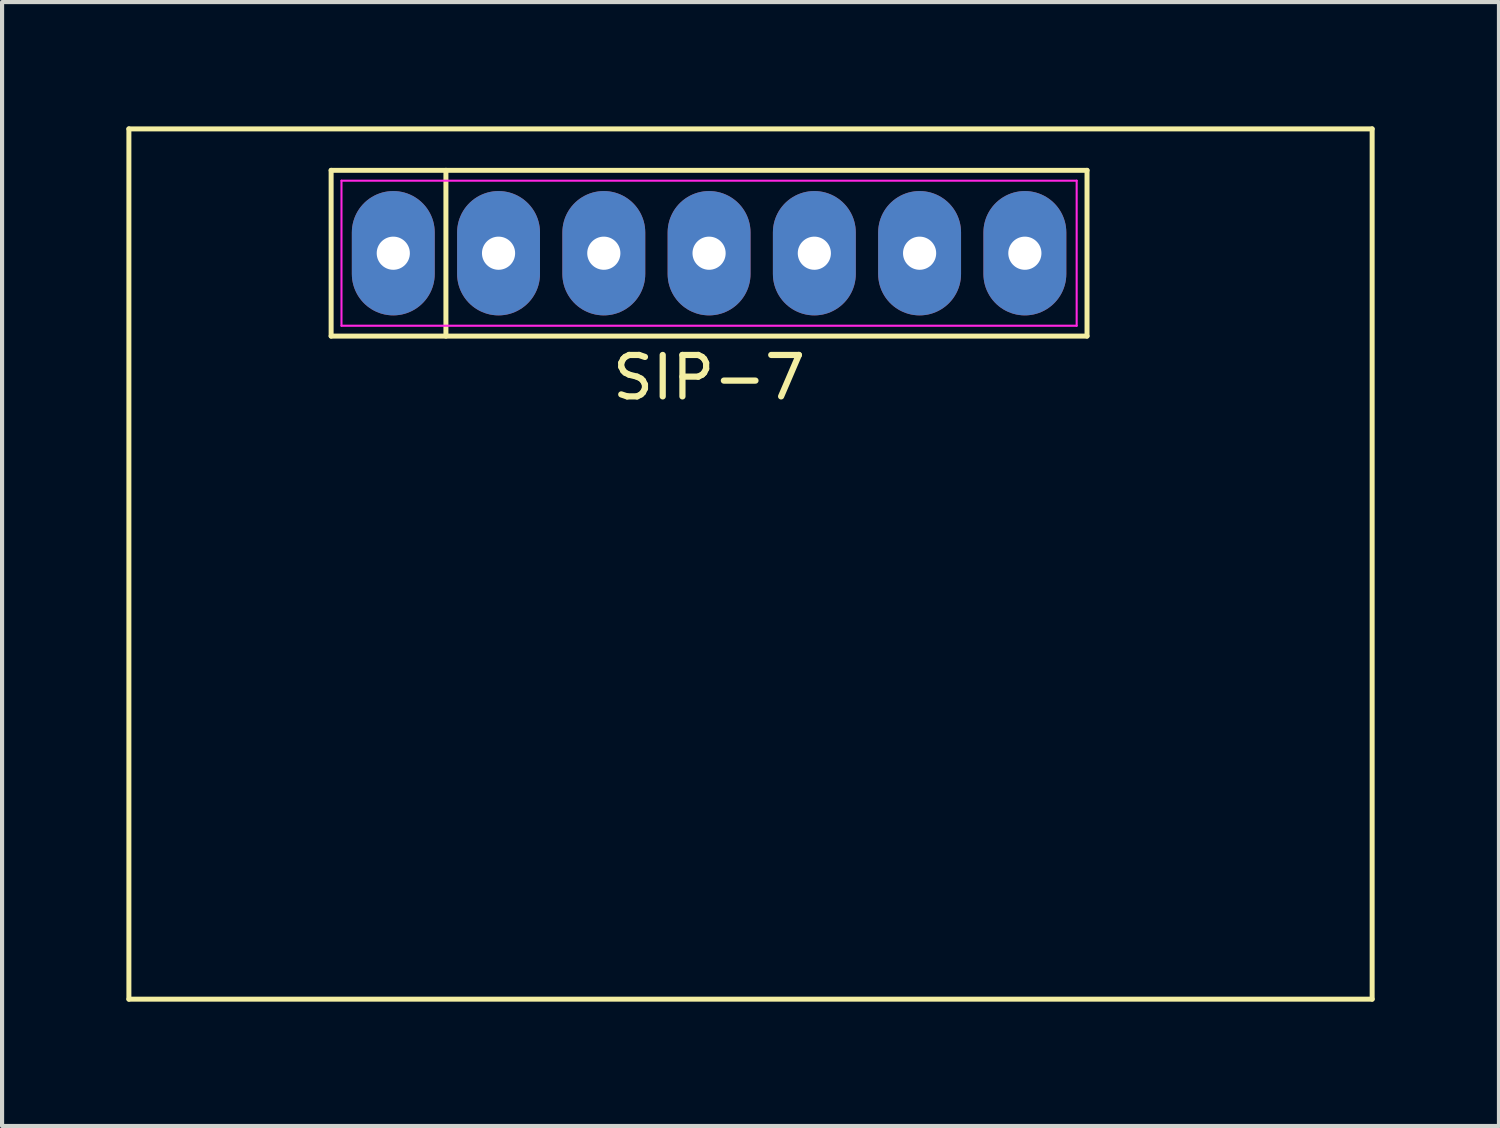
<source format=kicad_pcb>
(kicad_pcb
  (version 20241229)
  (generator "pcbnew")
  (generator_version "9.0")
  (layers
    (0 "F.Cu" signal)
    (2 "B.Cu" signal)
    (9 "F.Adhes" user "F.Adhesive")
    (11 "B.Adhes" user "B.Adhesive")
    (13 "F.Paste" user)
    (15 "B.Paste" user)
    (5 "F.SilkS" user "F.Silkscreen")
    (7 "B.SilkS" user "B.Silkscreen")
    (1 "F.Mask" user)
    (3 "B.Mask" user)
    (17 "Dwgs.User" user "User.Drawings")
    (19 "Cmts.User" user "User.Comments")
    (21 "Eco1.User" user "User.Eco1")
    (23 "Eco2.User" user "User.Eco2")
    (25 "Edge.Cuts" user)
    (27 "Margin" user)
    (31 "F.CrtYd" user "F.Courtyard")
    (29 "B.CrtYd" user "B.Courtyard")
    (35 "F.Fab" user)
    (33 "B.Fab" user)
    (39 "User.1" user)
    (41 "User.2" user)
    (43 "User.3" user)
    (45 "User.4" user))
  (footprint "SIP-7"
    (layer "F.Cu")
    (at 14.06 3.06)
    (property "Reference" "SIP-7" (at 0 3 0) (layer "F.SilkS") (effects (font (size 1 1) (thickness 0.15))))
    (attr through_hole)
    (fp_line (start -14 -3) (end -14 18) (stroke (width 0.12) (type solid)) (layer "F.SilkS"))
    (fp_line (start -14 18) (end 16 18) (stroke (width 0.12) (type solid)) (layer "F.SilkS"))
    (fp_line (start -9.12 -2) (end 9.12 -2) (stroke (width 0.12) (type solid)) (layer "F.SilkS"))
    (fp_line (start -9.12 2) (end -9.12 -2) (stroke (width 0.12) (type solid)) (layer "F.SilkS"))
    (fp_line (start -6.35 -2) (end -6.35 2) (stroke (width 0.12) (type solid)) (layer "F.SilkS"))
    (fp_line (start 9.12 -2) (end 9.12 2) (stroke (width 0.12) (type solid)) (layer "F.SilkS"))
    (fp_line (start 9.12 2) (end -9.12 2) (stroke (width 0.12) (type solid)) (layer "F.SilkS"))
    (fp_line (start 16 -3) (end -14 -3) (stroke (width 0.12) (type solid)) (layer "F.SilkS"))
    (fp_line (start 16 18) (end 16 -3) (stroke (width 0.12) (type solid)) (layer "F.SilkS"))
    (fp_line (start -8.87 -1.75) (end 8.87 -1.75) (stroke (width 0.05) (type solid)) (layer "F.CrtYd"))
    (fp_line (start -8.87 1.75) (end -8.87 -1.75) (stroke (width 0.05) (type solid)) (layer "F.CrtYd"))
    (fp_line (start 8.87 -1.75) (end 8.87 1.75) (stroke (width 0.05) (type solid)) (layer "F.CrtYd"))
    (fp_line (start 8.87 1.75) (end -8.87 1.75) (stroke (width 0.05) (type solid)) (layer "F.CrtYd"))
    (pad "1" thru_hole oval (at -7.62 0) (size 2 3) (drill 0.8) (layers "*.Cu" "*.Mask"))
    (pad "2" thru_hole oval (at -5.08 0) (size 2 3) (drill 0.8) (layers "*.Cu" "*.Mask"))
    (pad "3" thru_hole oval (at -2.54 0) (size 2 3) (drill 0.8) (layers "*.Cu" "*.Mask"))
    (pad "4" thru_hole oval (at 0 0) (size 2 3) (drill 0.8) (layers "*.Cu" "*.Mask"))
    (pad "5" thru_hole oval (at 2.54 0) (size 2 3) (drill 0.8) (layers "*.Cu" "*.Mask"))
    (pad "6" thru_hole oval (at 5.08 0) (size 2 3) (drill 0.8) (layers "*.Cu" "*.Mask"))
    (pad "7" thru_hole oval (at 7.62 0) (size 2 3) (drill 0.8) (layers "*.Cu" "*.Mask")))
  (gr_rect
    (start -3 -3)
    (end 33.12 24.12)
    (stroke (width 0.1) (type default))
    (fill no)
    (layer "Edge.Cuts")))
</source>
